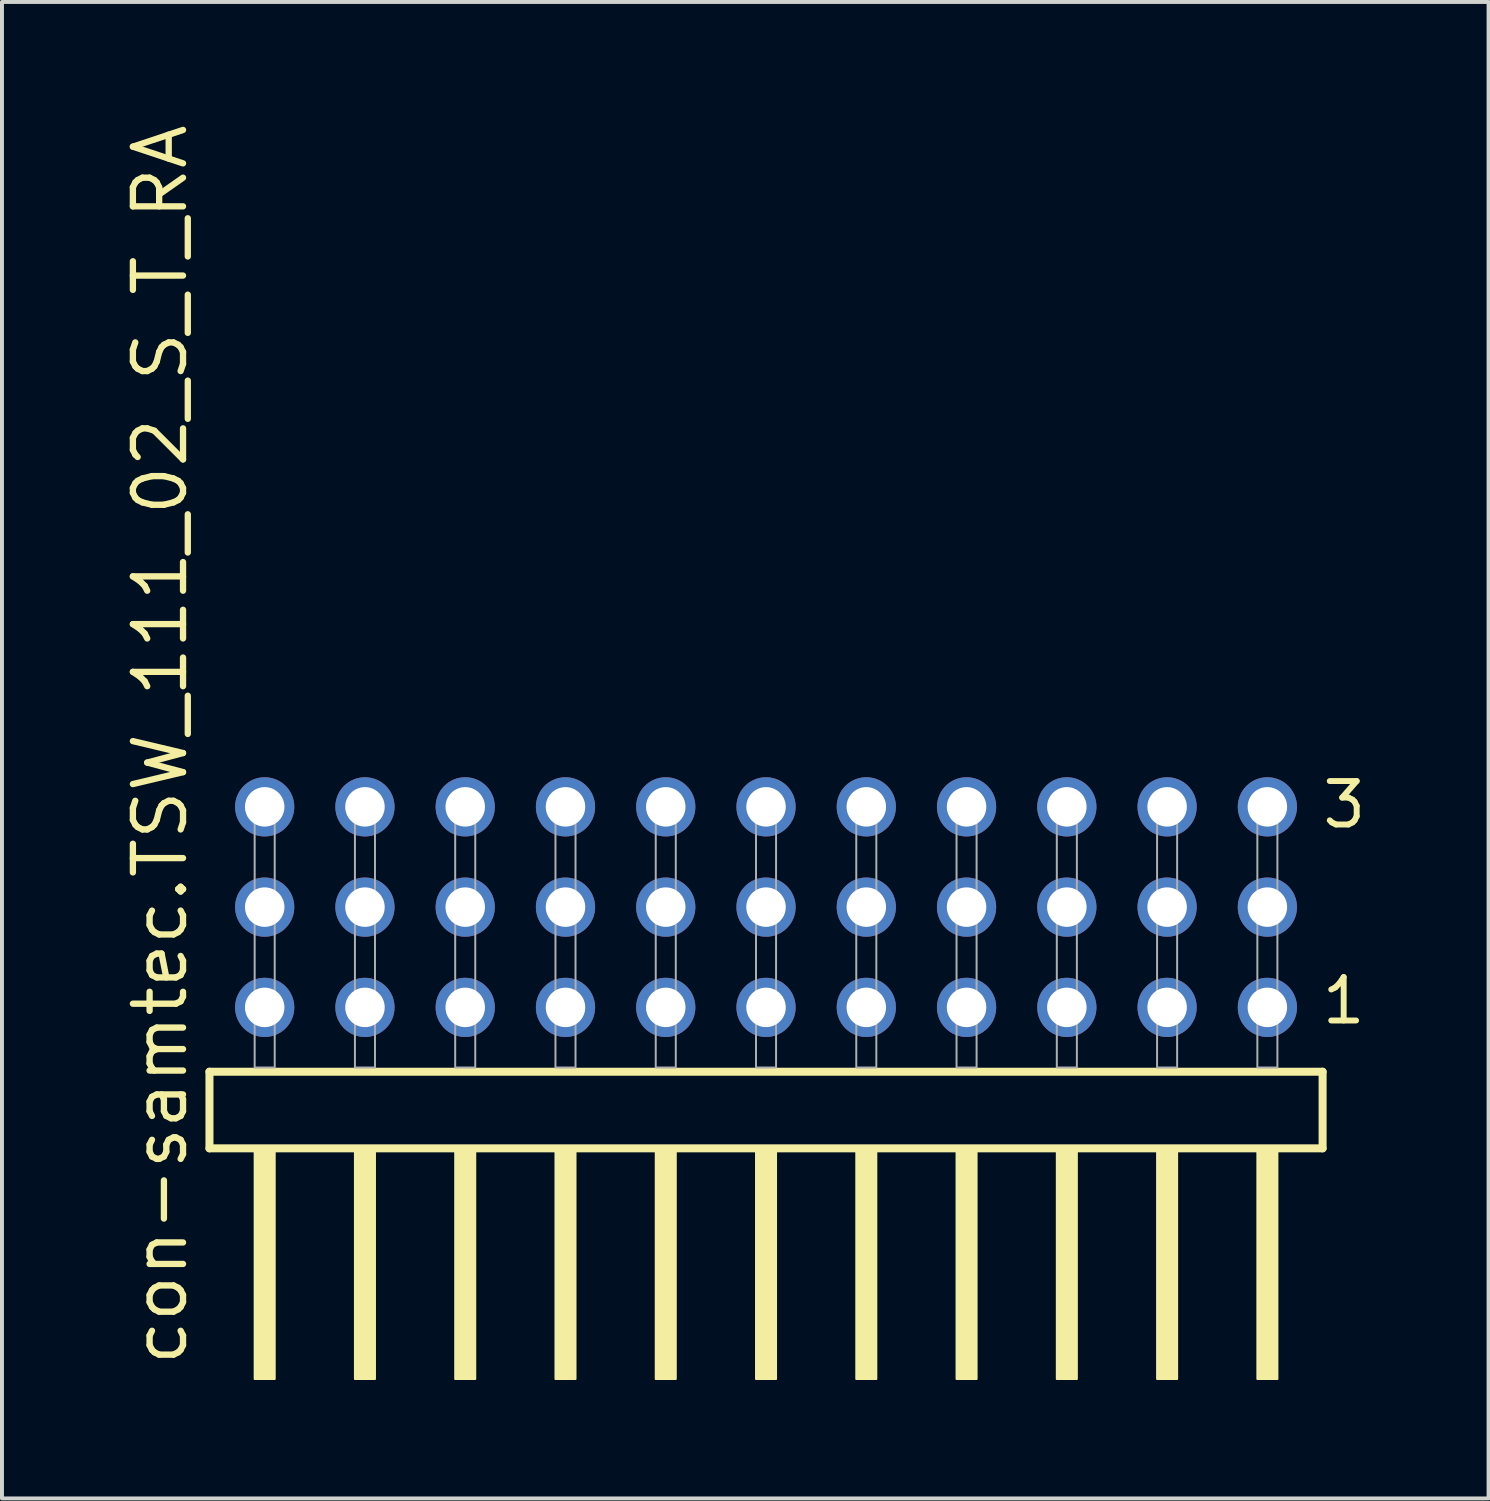
<source format=kicad_pcb>
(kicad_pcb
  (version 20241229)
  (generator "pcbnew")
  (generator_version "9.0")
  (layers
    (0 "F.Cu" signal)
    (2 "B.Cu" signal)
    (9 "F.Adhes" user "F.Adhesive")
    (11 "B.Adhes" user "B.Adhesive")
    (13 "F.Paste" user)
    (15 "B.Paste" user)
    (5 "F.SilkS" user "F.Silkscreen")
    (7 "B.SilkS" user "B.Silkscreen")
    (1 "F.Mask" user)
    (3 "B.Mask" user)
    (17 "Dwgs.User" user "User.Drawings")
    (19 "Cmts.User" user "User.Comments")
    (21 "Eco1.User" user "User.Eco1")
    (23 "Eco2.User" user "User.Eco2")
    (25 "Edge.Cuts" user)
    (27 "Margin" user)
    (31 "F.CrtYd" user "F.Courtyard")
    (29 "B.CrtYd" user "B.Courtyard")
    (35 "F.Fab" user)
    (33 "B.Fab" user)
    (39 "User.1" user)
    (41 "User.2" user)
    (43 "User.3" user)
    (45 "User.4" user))
  (footprint "con-samtec.TSW_111_02_S_T_RA"
    (layer "F.Cu")
    (at 16.355 23.993)
    (property "Reference" "con-samtec.TSW_111_02_S_T_RA" (at -14.605 7.62 90) (layer "F.SilkS") (effects (font (size 1.27 1.27) (thickness 0.16)) (justify left bottom)))
    (attr through_hole)
    (fp_line (start -14.099 0.106) (end -14.099 2.046) (stroke (width 0.203) (type default)) (layer "F.SilkS"))
    (fp_line (start -14.099 2.046) (end 14.099 2.046) (stroke (width 0.203) (type default)) (layer "F.SilkS"))
    (fp_line (start 14.099 0.106) (end -14.099 0.106) (stroke (width 0.203) (type default)) (layer "F.SilkS"))
    (fp_line (start 14.099 2.046) (end 14.099 0.106) (stroke (width 0.203) (type default)) (layer "F.SilkS"))
    (fp_rect (start -12.954 7.89) (end -12.446 2.04) (stroke (width 0.05) (type default)) (fill yes) (layer "F.SilkS"))
    (fp_rect (start -10.414 7.89) (end -9.906 2.04) (stroke (width 0.05) (type default)) (fill yes) (layer "F.SilkS"))
    (fp_rect (start -7.874 7.89) (end -7.366 2.04) (stroke (width 0.05) (type default)) (fill yes) (layer "F.SilkS"))
    (fp_rect (start -5.334 7.89) (end -4.826 2.04) (stroke (width 0.05) (type default)) (fill yes) (layer "F.SilkS"))
    (fp_rect (start -2.794 7.89) (end -2.286 2.04) (stroke (width 0.05) (type default)) (fill yes) (layer "F.SilkS"))
    (fp_rect (start -0.254 7.89) (end 0.254 2.04) (stroke (width 0.05) (type default)) (fill yes) (layer "F.SilkS"))
    (fp_rect (start 2.286 7.89) (end 2.794 2.04) (stroke (width 0.05) (type default)) (fill yes) (layer "F.SilkS"))
    (fp_rect (start 4.826 7.89) (end 5.334 2.04) (stroke (width 0.05) (type default)) (fill yes) (layer "F.SilkS"))
    (fp_rect (start 7.366 7.89) (end 7.874 2.04) (stroke (width 0.05) (type default)) (fill yes) (layer "F.SilkS"))
    (fp_rect (start 9.906 7.89) (end 10.414 2.04) (stroke (width 0.05) (type default)) (fill yes) (layer "F.SilkS"))
    (fp_rect (start 12.446 7.89) (end 12.954 2.04) (stroke (width 0.05) (type default)) (fill yes) (layer "F.SilkS"))
    (fp_rect (start -12.954 0) (end -12.446 -6.858) (stroke (width 0.05) (type default)) (fill no) (layer "F.Fab"))
    (fp_rect (start -10.414 0) (end -9.906 -6.858) (stroke (width 0.05) (type default)) (fill no) (layer "F.Fab"))
    (fp_rect (start -7.874 0) (end -7.366 -6.858) (stroke (width 0.05) (type default)) (fill no) (layer "F.Fab"))
    (fp_rect (start -5.334 0) (end -4.826 -6.858) (stroke (width 0.05) (type default)) (fill no) (layer "F.Fab"))
    (fp_rect (start -2.794 0) (end -2.286 -6.858) (stroke (width 0.05) (type default)) (fill no) (layer "F.Fab"))
    (fp_rect (start -0.254 0) (end 0.254 -6.858) (stroke (width 0.05) (type default)) (fill no) (layer "F.Fab"))
    (fp_rect (start 2.286 0) (end 2.794 -6.858) (stroke (width 0.05) (type default)) (fill no) (layer "F.Fab"))
    (fp_rect (start 4.826 0) (end 5.334 -6.858) (stroke (width 0.05) (type default)) (fill no) (layer "F.Fab"))
    (fp_rect (start 7.366 0) (end 7.874 -6.858) (stroke (width 0.05) (type default)) (fill no) (layer "F.Fab"))
    (fp_rect (start 9.906 0) (end 10.414 -6.858) (stroke (width 0.05) (type default)) (fill no) (layer "F.Fab"))
    (fp_rect (start 12.446 0) (end 12.954 -6.858) (stroke (width 0.05) (type default)) (fill no) (layer "F.Fab"))
    (fp_text user "3" (at 14.025 -6.015 0) (layer "F.SilkS") (effects (font (size 1.1 1.1) (thickness 0.15)) (justify left bottom)))
    (fp_text user "1" (at 14.01 -1.05 0) (layer "F.SilkS") (effects (font (size 1.1 1.1) (thickness 0.15)) (justify left bottom)))
    (pad "1" thru_hole circle (at 12.7 -1.524 180) (size 1.5 1.5) (drill 1) (layers "*.Cu" "*.Mask"))
    (pad "2" thru_hole circle (at 12.7 -4.064 180) (size 1.5 1.5) (drill 1) (layers "*.Cu" "*.Mask"))
    (pad "3" thru_hole circle (at 12.7 -6.604 180) (size 1.5 1.5) (drill 1) (layers "*.Cu" "*.Mask"))
    (pad "4" thru_hole circle (at 10.16 -1.524 180) (size 1.5 1.5) (drill 1) (layers "*.Cu" "*.Mask"))
    (pad "5" thru_hole circle (at 10.16 -4.064 180) (size 1.5 1.5) (drill 1) (layers "*.Cu" "*.Mask"))
    (pad "6" thru_hole circle (at 10.16 -6.604 180) (size 1.5 1.5) (drill 1) (layers "*.Cu" "*.Mask"))
    (pad "7" thru_hole circle (at 7.62 -1.524 180) (size 1.5 1.5) (drill 1) (layers "*.Cu" "*.Mask"))
    (pad "8" thru_hole circle (at 7.62 -4.064 180) (size 1.5 1.5) (drill 1) (layers "*.Cu" "*.Mask"))
    (pad "9" thru_hole circle (at 7.62 -6.604 180) (size 1.5 1.5) (drill 1) (layers "*.Cu" "*.Mask"))
    (pad "10" thru_hole circle (at 5.08 -1.524 180) (size 1.5 1.5) (drill 1) (layers "*.Cu" "*.Mask"))
    (pad "11" thru_hole circle (at 5.08 -4.064 180) (size 1.5 1.5) (drill 1) (layers "*.Cu" "*.Mask"))
    (pad "12" thru_hole circle (at 5.08 -6.604 180) (size 1.5 1.5) (drill 1) (layers "*.Cu" "*.Mask"))
    (pad "13" thru_hole circle (at 2.54 -1.524 180) (size 1.5 1.5) (drill 1) (layers "*.Cu" "*.Mask"))
    (pad "14" thru_hole circle (at 2.54 -4.064 180) (size 1.5 1.5) (drill 1) (layers "*.Cu" "*.Mask"))
    (pad "15" thru_hole circle (at 2.54 -6.604 180) (size 1.5 1.5) (drill 1) (layers "*.Cu" "*.Mask"))
    (pad "16" thru_hole circle (at 0 -1.524 180) (size 1.5 1.5) (drill 1) (layers "*.Cu" "*.Mask"))
    (pad "17" thru_hole circle (at 0 -4.064 180) (size 1.5 1.5) (drill 1) (layers "*.Cu" "*.Mask"))
    (pad "18" thru_hole circle (at 0 -6.604 180) (size 1.5 1.5) (drill 1) (layers "*.Cu" "*.Mask"))
    (pad "19" thru_hole circle (at -2.54 -1.524 180) (size 1.5 1.5) (drill 1) (layers "*.Cu" "*.Mask"))
    (pad "20" thru_hole circle (at -2.54 -4.064 180) (size 1.5 1.5) (drill 1) (layers "*.Cu" "*.Mask"))
    (pad "21" thru_hole circle (at -2.54 -6.604 180) (size 1.5 1.5) (drill 1) (layers "*.Cu" "*.Mask"))
    (pad "22" thru_hole circle (at -5.08 -1.524 180) (size 1.5 1.5) (drill 1) (layers "*.Cu" "*.Mask"))
    (pad "23" thru_hole circle (at -5.08 -4.064 180) (size 1.5 1.5) (drill 1) (layers "*.Cu" "*.Mask"))
    (pad "24" thru_hole circle (at -5.08 -6.604 180) (size 1.5 1.5) (drill 1) (layers "*.Cu" "*.Mask"))
    (pad "25" thru_hole circle (at -7.62 -1.524 180) (size 1.5 1.5) (drill 1) (layers "*.Cu" "*.Mask"))
    (pad "26" thru_hole circle (at -7.62 -4.064 180) (size 1.5 1.5) (drill 1) (layers "*.Cu" "*.Mask"))
    (pad "27" thru_hole circle (at -7.62 -6.604 180) (size 1.5 1.5) (drill 1) (layers "*.Cu" "*.Mask"))
    (pad "28" thru_hole circle (at -10.16 -1.524 180) (size 1.5 1.5) (drill 1) (layers "*.Cu" "*.Mask"))
    (pad "29" thru_hole circle (at -10.16 -4.064 180) (size 1.5 1.5) (drill 1) (layers "*.Cu" "*.Mask"))
    (pad "30" thru_hole circle (at -10.16 -6.604 180) (size 1.5 1.5) (drill 1) (layers "*.Cu" "*.Mask"))
    (pad "31" thru_hole circle (at -12.7 -1.524 180) (size 1.5 1.5) (drill 1) (layers "*.Cu" "*.Mask"))
    (pad "32" thru_hole circle (at -12.7 -4.064 180) (size 1.5 1.5) (drill 1) (layers "*.Cu" "*.Mask"))
    (pad "33" thru_hole circle (at -12.7 -6.604 180) (size 1.5 1.5) (drill 1) (layers "*.Cu" "*.Mask")))
  (gr_rect
    (start -3 -3)
    (end 34.658 34.908)
    (stroke (width 0.1) (type default))
    (fill no)
    (layer "Edge.Cuts")))
</source>
